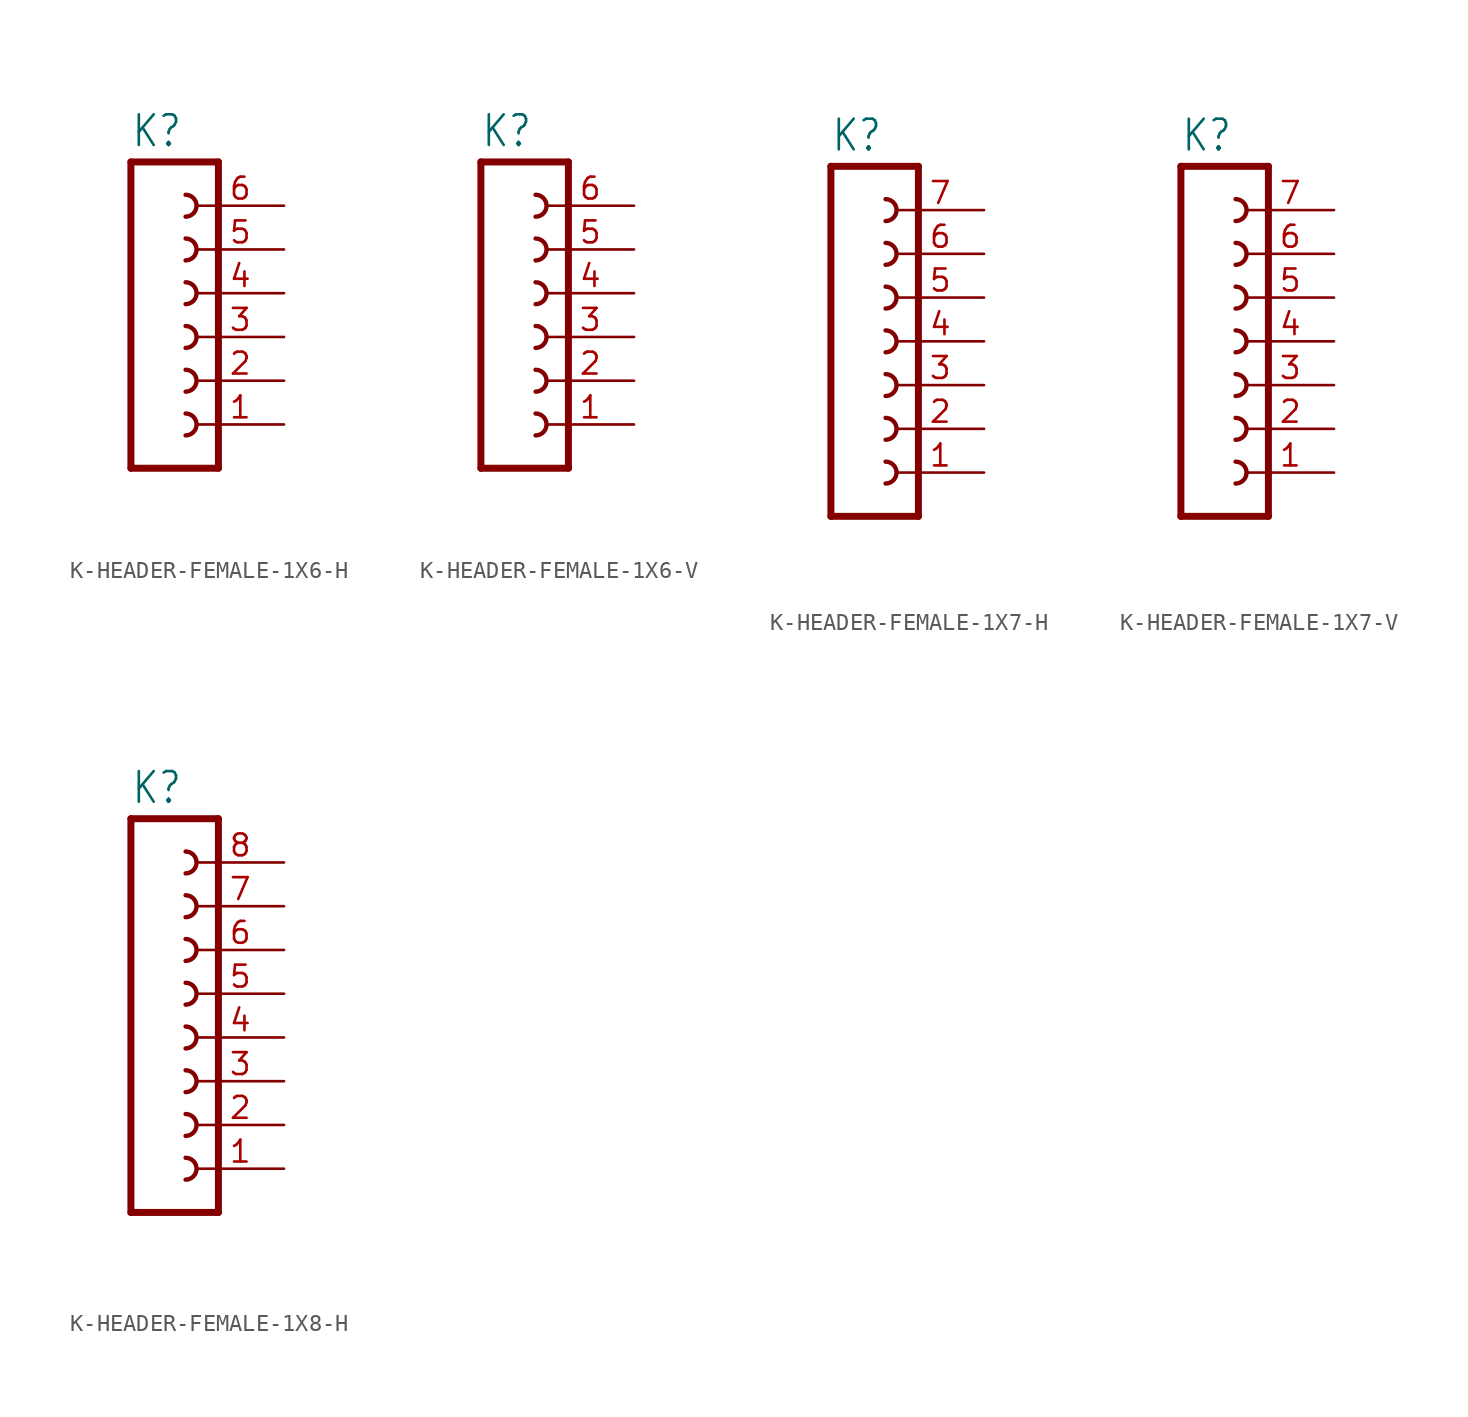
<source format=kicad_sym>
(kicad_symbol_lib
  (version 20231120)
  (generator "kicad_symbol_editor")
  (generator_version "8.0")
  (symbol "K-HEADER-FEMALE-1X6-H"
    (property "Reference" "K"
      (at -1.27 10.922 0)
      (effects (font (size 1.778 1.511)) (justify left bottom)))
    (property "Value" ""
      (at -1.27 -10.16 0)
      (effects (font (size 1.778 1.511)) (justify left bottom)))
    (property "ki_locked" ""
      (at 0 0 0)
      (effects (font (size 1.27 1.27))))
    (symbol "K-HEADER-FEMALE-1X6-H_1_0"
      (polyline (pts (xy -1.27 10.16) (xy -1.27 -7.62)) (stroke (width 0.406) (type solid)) (fill (type none)))
      (polyline (pts (xy -1.27 10.16) (xy 3.81 10.16)) (stroke (width 0.406) (type solid)) (fill (type none)))
      (polyline (pts (xy 3.81 -7.62) (xy -1.27 -7.62)) (stroke (width 0.406) (type solid)) (fill (type none)))
      (polyline (pts (xy 3.81 -7.62) (xy 3.81 10.16)) (stroke (width 0.406) (type solid)) (fill (type none)))
      (arc (start 1.905 -5.715) (mid 2.54 -5.08) (end 1.905 -4.445) (stroke (width 0.254) (type solid)) (fill (type none)))
      (arc (start 1.905 -3.175) (mid 2.54 -2.54) (end 1.905 -1.905) (stroke (width 0.254) (type solid)) (fill (type none)))
      (arc (start 1.905 -0.635) (mid 2.54 0) (end 1.905 0.635) (stroke (width 0.254) (type solid)) (fill (type none)))
      (arc (start 1.905 1.905) (mid 2.54 2.54) (end 1.905 3.175) (stroke (width 0.254) (type solid)) (fill (type none)))
      (arc (start 1.905 4.445) (mid 2.54 5.08) (end 1.905 5.715) (stroke (width 0.254) (type solid)) (fill (type none)))
      (arc (start 1.905 6.985) (mid 2.54 7.62) (end 1.905 8.255) (stroke (width 0.254) (type solid)) (fill (type none)))
      (pin passive line (at 7.62 -5.08 180) (length 5.08) (name "1" (effects (font (size 0 0)))) (number "1" (effects (font (size 1.27 1.27)))))
      (pin passive line (at 7.62 -2.54 180) (length 5.08) (name "2" (effects (font (size 0 0)))) (number "2" (effects (font (size 1.27 1.27)))))
      (pin passive line (at 7.62 0 180) (length 5.08) (name "3" (effects (font (size 0 0)))) (number "3" (effects (font (size 1.27 1.27)))))
      (pin passive line (at 7.62 2.54 180) (length 5.08) (name "4" (effects (font (size 0 0)))) (number "4" (effects (font (size 1.27 1.27)))))
      (pin passive line (at 7.62 5.08 180) (length 5.08) (name "5" (effects (font (size 0 0)))) (number "5" (effects (font (size 1.27 1.27)))))
      (pin passive line (at 7.62 7.62 180) (length 5.08) (name "6" (effects (font (size 0 0)))) (number "6" (effects (font (size 1.27 1.27)))))))
  (symbol "K-HEADER-FEMALE-1X6-V"
    (property "Reference" "K"
      (at -1.27 10.922 0)
      (effects (font (size 1.778 1.511)) (justify left bottom)))
    (property "Value" ""
      (at -1.27 -10.16 0)
      (effects (font (size 1.778 1.511)) (justify left bottom)))
    (property "ki_locked" ""
      (at 0 0 0)
      (effects (font (size 1.27 1.27))))
    (symbol "K-HEADER-FEMALE-1X6-V_1_0"
      (polyline (pts (xy -1.27 10.16) (xy -1.27 -7.62)) (stroke (width 0.406) (type solid)) (fill (type none)))
      (polyline (pts (xy -1.27 10.16) (xy 3.81 10.16)) (stroke (width 0.406) (type solid)) (fill (type none)))
      (polyline (pts (xy 3.81 -7.62) (xy -1.27 -7.62)) (stroke (width 0.406) (type solid)) (fill (type none)))
      (polyline (pts (xy 3.81 -7.62) (xy 3.81 10.16)) (stroke (width 0.406) (type solid)) (fill (type none)))
      (arc (start 1.905 -5.715) (mid 2.54 -5.08) (end 1.905 -4.445) (stroke (width 0.254) (type solid)) (fill (type none)))
      (arc (start 1.905 -3.175) (mid 2.54 -2.54) (end 1.905 -1.905) (stroke (width 0.254) (type solid)) (fill (type none)))
      (arc (start 1.905 -0.635) (mid 2.54 0) (end 1.905 0.635) (stroke (width 0.254) (type solid)) (fill (type none)))
      (arc (start 1.905 1.905) (mid 2.54 2.54) (end 1.905 3.175) (stroke (width 0.254) (type solid)) (fill (type none)))
      (arc (start 1.905 4.445) (mid 2.54 5.08) (end 1.905 5.715) (stroke (width 0.254) (type solid)) (fill (type none)))
      (arc (start 1.905 6.985) (mid 2.54 7.62) (end 1.905 8.255) (stroke (width 0.254) (type solid)) (fill (type none)))
      (pin passive line (at 7.62 -5.08 180) (length 5.08) (name "1" (effects (font (size 0 0)))) (number "1" (effects (font (size 1.27 1.27)))))
      (pin passive line (at 7.62 -2.54 180) (length 5.08) (name "2" (effects (font (size 0 0)))) (number "2" (effects (font (size 1.27 1.27)))))
      (pin passive line (at 7.62 0 180) (length 5.08) (name "3" (effects (font (size 0 0)))) (number "3" (effects (font (size 1.27 1.27)))))
      (pin passive line (at 7.62 2.54 180) (length 5.08) (name "4" (effects (font (size 0 0)))) (number "4" (effects (font (size 1.27 1.27)))))
      (pin passive line (at 7.62 5.08 180) (length 5.08) (name "5" (effects (font (size 0 0)))) (number "5" (effects (font (size 1.27 1.27)))))
      (pin passive line (at 7.62 7.62 180) (length 5.08) (name "6" (effects (font (size 0 0)))) (number "6" (effects (font (size 1.27 1.27)))))))
  (symbol "K-HEADER-FEMALE-1X7-H"
    (property "Reference" "K"
      (at -1.27 13.462 0)
      (effects (font (size 1.778 1.511)) (justify left bottom)))
    (property "Value" ""
      (at -1.27 -10.16 0)
      (effects (font (size 1.778 1.511)) (justify left bottom)))
    (property "ki_locked" ""
      (at 0 0 0)
      (effects (font (size 1.27 1.27))))
    (symbol "K-HEADER-FEMALE-1X7-H_1_0"
      (polyline (pts (xy -1.27 12.7) (xy -1.27 -7.62)) (stroke (width 0.406) (type solid)) (fill (type none)))
      (polyline (pts (xy -1.27 12.7) (xy 3.81 12.7)) (stroke (width 0.406) (type solid)) (fill (type none)))
      (polyline (pts (xy 3.81 -7.62) (xy -1.27 -7.62)) (stroke (width 0.406) (type solid)) (fill (type none)))
      (polyline (pts (xy 3.81 -7.62) (xy 3.81 12.7)) (stroke (width 0.406) (type solid)) (fill (type none)))
      (arc (start 1.905 -5.715) (mid 2.54 -5.08) (end 1.905 -4.445) (stroke (width 0.254) (type solid)) (fill (type none)))
      (arc (start 1.905 -3.175) (mid 2.54 -2.54) (end 1.905 -1.905) (stroke (width 0.254) (type solid)) (fill (type none)))
      (arc (start 1.905 -0.635) (mid 2.54 0) (end 1.905 0.635) (stroke (width 0.254) (type solid)) (fill (type none)))
      (arc (start 1.905 1.905) (mid 2.54 2.54) (end 1.905 3.175) (stroke (width 0.254) (type solid)) (fill (type none)))
      (arc (start 1.905 4.445) (mid 2.54 5.08) (end 1.905 5.715) (stroke (width 0.254) (type solid)) (fill (type none)))
      (arc (start 1.905 6.985) (mid 2.54 7.62) (end 1.905 8.255) (stroke (width 0.254) (type solid)) (fill (type none)))
      (arc (start 1.905 9.525) (mid 2.54 10.16) (end 1.905 10.795) (stroke (width 0.254) (type solid)) (fill (type none)))
      (pin passive line (at 7.62 -5.08 180) (length 5.08) (name "1" (effects (font (size 0 0)))) (number "1" (effects (font (size 1.27 1.27)))))
      (pin passive line (at 7.62 -2.54 180) (length 5.08) (name "2" (effects (font (size 0 0)))) (number "2" (effects (font (size 1.27 1.27)))))
      (pin passive line (at 7.62 0 180) (length 5.08) (name "3" (effects (font (size 0 0)))) (number "3" (effects (font (size 1.27 1.27)))))
      (pin passive line (at 7.62 2.54 180) (length 5.08) (name "4" (effects (font (size 0 0)))) (number "4" (effects (font (size 1.27 1.27)))))
      (pin passive line (at 7.62 5.08 180) (length 5.08) (name "5" (effects (font (size 0 0)))) (number "5" (effects (font (size 1.27 1.27)))))
      (pin passive line (at 7.62 7.62 180) (length 5.08) (name "6" (effects (font (size 0 0)))) (number "6" (effects (font (size 1.27 1.27)))))
      (pin passive line (at 7.62 10.16 180) (length 5.08) (name "7" (effects (font (size 0 0)))) (number "7" (effects (font (size 1.27 1.27)))))))
  (symbol "K-HEADER-FEMALE-1X7-V"
    (property "Reference" "K"
      (at -1.27 13.462 0)
      (effects (font (size 1.778 1.511)) (justify left bottom)))
    (property "Value" ""
      (at -1.27 -10.16 0)
      (effects (font (size 1.778 1.511)) (justify left bottom)))
    (property "ki_locked" ""
      (at 0 0 0)
      (effects (font (size 1.27 1.27))))
    (symbol "K-HEADER-FEMALE-1X7-V_1_0"
      (polyline (pts (xy -1.27 12.7) (xy -1.27 -7.62)) (stroke (width 0.406) (type solid)) (fill (type none)))
      (polyline (pts (xy -1.27 12.7) (xy 3.81 12.7)) (stroke (width 0.406) (type solid)) (fill (type none)))
      (polyline (pts (xy 3.81 -7.62) (xy -1.27 -7.62)) (stroke (width 0.406) (type solid)) (fill (type none)))
      (polyline (pts (xy 3.81 -7.62) (xy 3.81 12.7)) (stroke (width 0.406) (type solid)) (fill (type none)))
      (arc (start 1.905 -5.715) (mid 2.54 -5.08) (end 1.905 -4.445) (stroke (width 0.254) (type solid)) (fill (type none)))
      (arc (start 1.905 -3.175) (mid 2.54 -2.54) (end 1.905 -1.905) (stroke (width 0.254) (type solid)) (fill (type none)))
      (arc (start 1.905 -0.635) (mid 2.54 0) (end 1.905 0.635) (stroke (width 0.254) (type solid)) (fill (type none)))
      (arc (start 1.905 1.905) (mid 2.54 2.54) (end 1.905 3.175) (stroke (width 0.254) (type solid)) (fill (type none)))
      (arc (start 1.905 4.445) (mid 2.54 5.08) (end 1.905 5.715) (stroke (width 0.254) (type solid)) (fill (type none)))
      (arc (start 1.905 6.985) (mid 2.54 7.62) (end 1.905 8.255) (stroke (width 0.254) (type solid)) (fill (type none)))
      (arc (start 1.905 9.525) (mid 2.54 10.16) (end 1.905 10.795) (stroke (width 0.254) (type solid)) (fill (type none)))
      (pin passive line (at 7.62 -5.08 180) (length 5.08) (name "1" (effects (font (size 0 0)))) (number "1" (effects (font (size 1.27 1.27)))))
      (pin passive line (at 7.62 -2.54 180) (length 5.08) (name "2" (effects (font (size 0 0)))) (number "2" (effects (font (size 1.27 1.27)))))
      (pin passive line (at 7.62 0 180) (length 5.08) (name "3" (effects (font (size 0 0)))) (number "3" (effects (font (size 1.27 1.27)))))
      (pin passive line (at 7.62 2.54 180) (length 5.08) (name "4" (effects (font (size 0 0)))) (number "4" (effects (font (size 1.27 1.27)))))
      (pin passive line (at 7.62 5.08 180) (length 5.08) (name "5" (effects (font (size 0 0)))) (number "5" (effects (font (size 1.27 1.27)))))
      (pin passive line (at 7.62 7.62 180) (length 5.08) (name "6" (effects (font (size 0 0)))) (number "6" (effects (font (size 1.27 1.27)))))
      (pin passive line (at 7.62 10.16 180) (length 5.08) (name "7" (effects (font (size 0 0)))) (number "7" (effects (font (size 1.27 1.27)))))))
  (symbol "K-HEADER-FEMALE-1X8-H"
    (property "Reference" "K"
      (at -1.27 16.002 0)
      (effects (font (size 1.778 1.511)) (justify left bottom)))
    (property "Value" ""
      (at -1.27 -10.16 0)
      (effects (font (size 1.778 1.511)) (justify left bottom)))
    (property "ki_locked" ""
      (at 0 0 0)
      (effects (font (size 1.27 1.27))))
    (symbol "K-HEADER-FEMALE-1X8-H_1_0"
      (polyline (pts (xy -1.27 15.24) (xy -1.27 -7.62)) (stroke (width 0.406) (type solid)) (fill (type none)))
      (polyline (pts (xy -1.27 15.24) (xy 3.81 15.24)) (stroke (width 0.406) (type solid)) (fill (type none)))
      (polyline (pts (xy 3.81 -7.62) (xy -1.27 -7.62)) (stroke (width 0.406) (type solid)) (fill (type none)))
      (polyline (pts (xy 3.81 -7.62) (xy 3.81 15.24)) (stroke (width 0.406) (type solid)) (fill (type none)))
      (arc (start 1.905 -5.715) (mid 2.54 -5.08) (end 1.905 -4.445) (stroke (width 0.254) (type solid)) (fill (type none)))
      (arc (start 1.905 -3.175) (mid 2.54 -2.54) (end 1.905 -1.905) (stroke (width 0.254) (type solid)) (fill (type none)))
      (arc (start 1.905 -0.635) (mid 2.54 0) (end 1.905 0.635) (stroke (width 0.254) (type solid)) (fill (type none)))
      (arc (start 1.905 1.905) (mid 2.54 2.54) (end 1.905 3.175) (stroke (width 0.254) (type solid)) (fill (type none)))
      (arc (start 1.905 4.445) (mid 2.54 5.08) (end 1.905 5.715) (stroke (width 0.254) (type solid)) (fill (type none)))
      (arc (start 1.905 6.985) (mid 2.54 7.62) (end 1.905 8.255) (stroke (width 0.254) (type solid)) (fill (type none)))
      (arc (start 1.905 9.525) (mid 2.54 10.16) (end 1.905 10.795) (stroke (width 0.254) (type solid)) (fill (type none)))
      (arc (start 1.905 12.065) (mid 2.54 12.7) (end 1.905 13.335) (stroke (width 0.254) (type solid)) (fill (type none)))
      (pin passive line (at 7.62 -5.08 180) (length 5.08) (name "1" (effects (font (size 0 0)))) (number "1" (effects (font (size 1.27 1.27)))))
      (pin passive line (at 7.62 -2.54 180) (length 5.08) (name "2" (effects (font (size 0 0)))) (number "2" (effects (font (size 1.27 1.27)))))
      (pin passive line (at 7.62 0 180) (length 5.08) (name "3" (effects (font (size 0 0)))) (number "3" (effects (font (size 1.27 1.27)))))
      (pin passive line (at 7.62 2.54 180) (length 5.08) (name "4" (effects (font (size 0 0)))) (number "4" (effects (font (size 1.27 1.27)))))
      (pin passive line (at 7.62 5.08 180) (length 5.08) (name "5" (effects (font (size 0 0)))) (number "5" (effects (font (size 1.27 1.27)))))
      (pin passive line (at 7.62 7.62 180) (length 5.08) (name "6" (effects (font (size 0 0)))) (number "6" (effects (font (size 1.27 1.27)))))
      (pin passive line (at 7.62 10.16 180) (length 5.08) (name "7" (effects (font (size 0 0)))) (number "7" (effects (font (size 1.27 1.27)))))
      (pin passive line (at 7.62 12.7 180) (length 5.08) (name "8" (effects (font (size 0 0)))) (number "8" (effects (font (size 1.27 1.27))))))))
</source>
